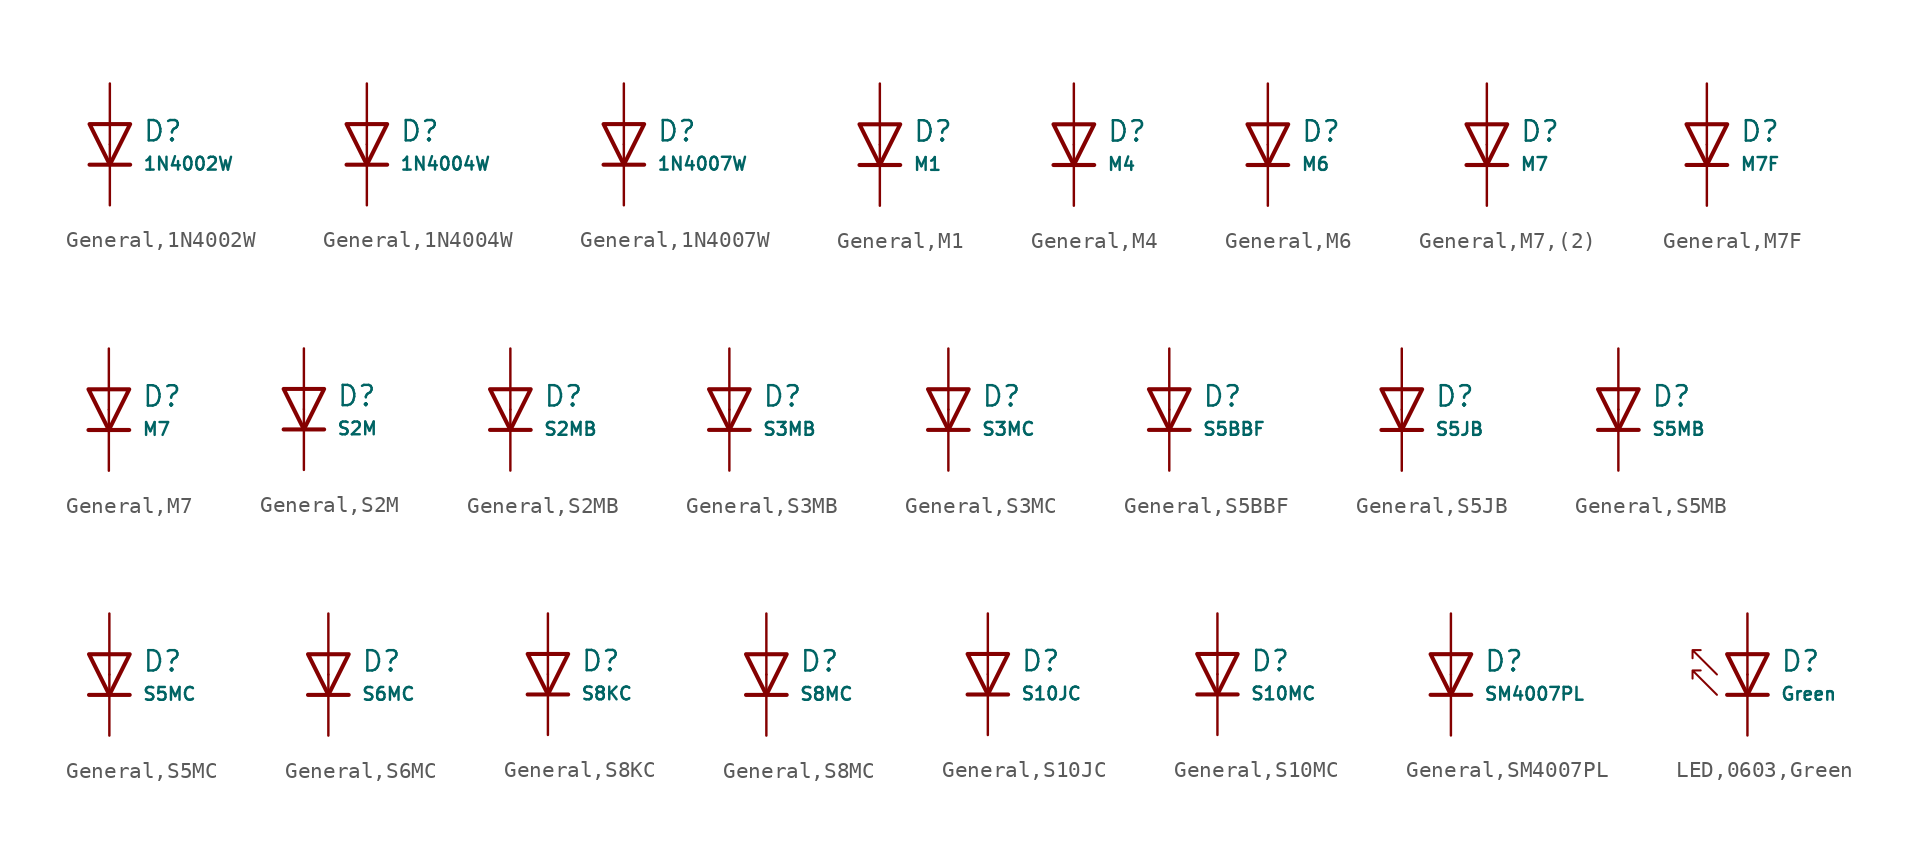
<source format=kicad_sym>
(kicad_symbol_lib
  (version 20231120)
  (generator "CDFER")
  (generator_version "8.0")
  (symbol "General,1N4002W"
    (pin_numbers hide)
    (pin_names
      (offset 0))
    (property "Reference" "D"
      (at 2.032 0.834 0)
      (effects (font (size 1.27 1.27)) (justify left)))
    (property "Value" "1N4002W"
      (at 2.032 -1.212 0)
      (effects (font (size 0.8 0.8)) (justify left)))
    (symbol "General,1N4002W_0_1"
      (polyline (pts (xy -1.27 1.27) (xy 0.00 -1.27) (xy 1.27 1.27) (xy -1.27 1.27)) (stroke (width 0.254) (type default)) (fill (type none))))
    (symbol "General,1N4002W_0_1"
      (polyline (pts (xy -1.27 -1.27) (xy 1.27 -1.27)) (stroke (width 0.254) (type default)) (fill (type none))))
    (symbol "General,1N4002W_1_1"
      (pin passive line (at 0 3.81 270) (length 3.81) (name "~" (effects (font (size 1.27 1.27)))) (number "2" (effects (font (size 1.27 1.27)))))
      (pin passive line (at 0 -3.81 90) (length 3.81) (name "~" (effects (font (size 1.27 1.27)))) (number "1" (effects (font (size 1.27 1.27)))))))
  (symbol "General,1N4004W"
    (pin_numbers hide)
    (pin_names
      (offset 0))
    (property "Reference" "D"
      (at 2.032 0.834 0)
      (effects (font (size 1.27 1.27)) (justify left)))
    (property "Value" "1N4004W"
      (at 2.032 -1.212 0)
      (effects (font (size 0.8 0.8)) (justify left)))
    (symbol "General,1N4004W_0_1"
      (polyline (pts (xy -1.27 1.27) (xy 0.00 -1.27) (xy 1.27 1.27) (xy -1.27 1.27)) (stroke (width 0.254) (type default)) (fill (type none))))
    (symbol "General,1N4004W_0_1"
      (polyline (pts (xy -1.27 -1.27) (xy 1.27 -1.27)) (stroke (width 0.254) (type default)) (fill (type none))))
    (symbol "General,1N4004W_1_1"
      (pin passive line (at 0 3.81 270) (length 3.81) (name "~" (effects (font (size 1.27 1.27)))) (number "2" (effects (font (size 1.27 1.27)))))
      (pin passive line (at 0 -3.81 90) (length 3.81) (name "~" (effects (font (size 1.27 1.27)))) (number "1" (effects (font (size 1.27 1.27)))))))
  (symbol "General,1N4007W"
    (pin_numbers hide)
    (pin_names
      (offset 0))
    (property "Reference" "D"
      (at 2.032 0.834 0)
      (effects (font (size 1.27 1.27)) (justify left)))
    (property "Value" "1N4007W"
      (at 2.032 -1.212 0)
      (effects (font (size 0.8 0.8)) (justify left)))
    (symbol "General,1N4007W_0_1"
      (polyline (pts (xy -1.27 1.27) (xy 0.00 -1.27) (xy 1.27 1.27) (xy -1.27 1.27)) (stroke (width 0.254) (type default)) (fill (type none))))
    (symbol "General,1N4007W_0_1"
      (polyline (pts (xy -1.27 -1.27) (xy 1.27 -1.27)) (stroke (width 0.254) (type default)) (fill (type none))))
    (symbol "General,1N4007W_1_1"
      (pin passive line (at 0 3.81 270) (length 3.81) (name "~" (effects (font (size 1.27 1.27)))) (number "2" (effects (font (size 1.27 1.27)))))
      (pin passive line (at 0 -3.81 90) (length 3.81) (name "~" (effects (font (size 1.27 1.27)))) (number "1" (effects (font (size 1.27 1.27)))))))
  (symbol "General,M1"
    (pin_numbers hide)
    (pin_names
      (offset 0))
    (property "Reference" "D"
      (at 2.032 0.834 0)
      (effects (font (size 1.27 1.27)) (justify left)))
    (property "Value" "M1"
      (at 2.032 -1.212 0)
      (effects (font (size 0.8 0.8)) (justify left)))
    (symbol "General,M1_0_1"
      (polyline (pts (xy -1.27 1.27) (xy 0.00 -1.27) (xy 1.27 1.27) (xy -1.27 1.27)) (stroke (width 0.254) (type default)) (fill (type none))))
    (symbol "General,M1_0_1"
      (polyline (pts (xy -1.27 -1.27) (xy 1.27 -1.27)) (stroke (width 0.254) (type default)) (fill (type none))))
    (symbol "General,M1_1_1"
      (pin passive line (at 0 3.81 270) (length 3.81) (name "~" (effects (font (size 1.27 1.27)))) (number "2" (effects (font (size 1.27 1.27)))))
      (pin passive line (at 0 -3.81 90) (length 3.81) (name "~" (effects (font (size 1.27 1.27)))) (number "1" (effects (font (size 1.27 1.27)))))))
  (symbol "General,M4"
    (pin_numbers hide)
    (pin_names
      (offset 0))
    (property "Reference" "D"
      (at 2.032 0.834 0)
      (effects (font (size 1.27 1.27)) (justify left)))
    (property "Value" "M4"
      (at 2.032 -1.212 0)
      (effects (font (size 0.8 0.8)) (justify left)))
    (symbol "General,M4_0_1"
      (polyline (pts (xy -1.27 1.27) (xy 0.00 -1.27) (xy 1.27 1.27) (xy -1.27 1.27)) (stroke (width 0.254) (type default)) (fill (type none))))
    (symbol "General,M4_0_1"
      (polyline (pts (xy -1.27 -1.27) (xy 1.27 -1.27)) (stroke (width 0.254) (type default)) (fill (type none))))
    (symbol "General,M4_1_1"
      (pin passive line (at 0 3.81 270) (length 3.81) (name "~" (effects (font (size 1.27 1.27)))) (number "2" (effects (font (size 1.27 1.27)))))
      (pin passive line (at 0 -3.81 90) (length 3.81) (name "~" (effects (font (size 1.27 1.27)))) (number "1" (effects (font (size 1.27 1.27)))))))
  (symbol "General,M6"
    (pin_numbers hide)
    (pin_names
      (offset 0))
    (property "Reference" "D"
      (at 2.032 0.834 0)
      (effects (font (size 1.27 1.27)) (justify left)))
    (property "Value" "M6"
      (at 2.032 -1.212 0)
      (effects (font (size 0.8 0.8)) (justify left)))
    (symbol "General,M6_0_1"
      (polyline (pts (xy -1.27 1.27) (xy 0.00 -1.27) (xy 1.27 1.27) (xy -1.27 1.27)) (stroke (width 0.254) (type default)) (fill (type none))))
    (symbol "General,M6_0_1"
      (polyline (pts (xy -1.27 -1.27) (xy 1.27 -1.27)) (stroke (width 0.254) (type default)) (fill (type none))))
    (symbol "General,M6_1_1"
      (pin passive line (at 0 3.81 270) (length 3.81) (name "~" (effects (font (size 1.27 1.27)))) (number "2" (effects (font (size 1.27 1.27)))))
      (pin passive line (at 0 -3.81 90) (length 3.81) (name "~" (effects (font (size 1.27 1.27)))) (number "1" (effects (font (size 1.27 1.27)))))))
  (symbol "General,M7,(2)"
    (pin_numbers hide)
    (pin_names
      (offset 0))
    (property "Reference" "D"
      (at 2.032 0.834 0)
      (effects (font (size 1.27 1.27)) (justify left)))
    (property "Value" "M7"
      (at 2.032 -1.212 0)
      (effects (font (size 0.8 0.8)) (justify left)))
    (symbol "General,M7,(2)_0_1"
      (polyline (pts (xy -1.27 1.27) (xy 0.00 -1.27) (xy 1.27 1.27) (xy -1.27 1.27)) (stroke (width 0.254) (type default)) (fill (type none))))
    (symbol "General,M7,(2)_0_1"
      (polyline (pts (xy -1.27 -1.27) (xy 1.27 -1.27)) (stroke (width 0.254) (type default)) (fill (type none))))
    (symbol "General,M7,(2)_1_1"
      (pin passive line (at 0 3.81 270) (length 3.81) (name "~" (effects (font (size 1.27 1.27)))) (number "2" (effects (font (size 1.27 1.27)))))
      (pin passive line (at 0 -3.81 90) (length 3.81) (name "~" (effects (font (size 1.27 1.27)))) (number "1" (effects (font (size 1.27 1.27)))))))
  (symbol "General,M7F"
    (pin_numbers hide)
    (pin_names
      (offset 0))
    (property "Reference" "D"
      (at 2.032 0.834 0)
      (effects (font (size 1.27 1.27)) (justify left)))
    (property "Value" "M7F"
      (at 2.032 -1.212 0)
      (effects (font (size 0.8 0.8)) (justify left)))
    (symbol "General,M7F_0_1"
      (polyline (pts (xy -1.27 1.27) (xy 0.00 -1.27) (xy 1.27 1.27) (xy -1.27 1.27)) (stroke (width 0.254) (type default)) (fill (type none))))
    (symbol "General,M7F_0_1"
      (polyline (pts (xy -1.27 -1.27) (xy 1.27 -1.27)) (stroke (width 0.254) (type default)) (fill (type none))))
    (symbol "General,M7F_1_1"
      (pin passive line (at 0 3.81 270) (length 3.81) (name "~" (effects (font (size 1.27 1.27)))) (number "2" (effects (font (size 1.27 1.27)))))
      (pin passive line (at 0 -3.81 90) (length 3.81) (name "~" (effects (font (size 1.27 1.27)))) (number "1" (effects (font (size 1.27 1.27)))))))
  (symbol "General,M7"
    (pin_numbers hide)
    (pin_names
      (offset 0))
    (property "Reference" "D"
      (at 2.032 0.834 0)
      (effects (font (size 1.27 1.27)) (justify left)))
    (property "Value" "M7"
      (at 2.032 -1.212 0)
      (effects (font (size 0.8 0.8)) (justify left)))
    (symbol "General,M7_0_1"
      (polyline (pts (xy -1.27 1.27) (xy 0.00 -1.27) (xy 1.27 1.27) (xy -1.27 1.27)) (stroke (width 0.254) (type default)) (fill (type none))))
    (symbol "General,M7_0_1"
      (polyline (pts (xy -1.27 -1.27) (xy 1.27 -1.27)) (stroke (width 0.254) (type default)) (fill (type none))))
    (symbol "General,M7_1_1"
      (pin passive line (at 0 3.81 270) (length 3.81) (name "~" (effects (font (size 1.27 1.27)))) (number "2" (effects (font (size 1.27 1.27)))))
      (pin passive line (at 0 -3.81 90) (length 3.81) (name "~" (effects (font (size 1.27 1.27)))) (number "1" (effects (font (size 1.27 1.27)))))))
  (symbol "General,S2M"
    (pin_numbers hide)
    (pin_names
      (offset 0))
    (property "Reference" "D"
      (at 2.032 0.834 0)
      (effects (font (size 1.27 1.27)) (justify left)))
    (property "Value" "S2M"
      (at 2.032 -1.212 0)
      (effects (font (size 0.8 0.8)) (justify left)))
    (symbol "General,S2M_0_1"
      (polyline (pts (xy -1.27 1.27) (xy 0.00 -1.27) (xy 1.27 1.27) (xy -1.27 1.27)) (stroke (width 0.254) (type default)) (fill (type none))))
    (symbol "General,S2M_0_1"
      (polyline (pts (xy -1.27 -1.27) (xy 1.27 -1.27)) (stroke (width 0.254) (type default)) (fill (type none))))
    (symbol "General,S2M_1_1"
      (pin passive line (at 0 3.81 270) (length 3.81) (name "~" (effects (font (size 1.27 1.27)))) (number "2" (effects (font (size 1.27 1.27)))))
      (pin passive line (at 0 -3.81 90) (length 3.81) (name "~" (effects (font (size 1.27 1.27)))) (number "1" (effects (font (size 1.27 1.27)))))))
  (symbol "General,S2MB"
    (pin_numbers hide)
    (pin_names
      (offset 0))
    (property "Reference" "D"
      (at 2.032 0.834 0)
      (effects (font (size 1.27 1.27)) (justify left)))
    (property "Value" "S2MB"
      (at 2.032 -1.212 0)
      (effects (font (size 0.8 0.8)) (justify left)))
    (symbol "General,S2MB_0_1"
      (polyline (pts (xy -1.27 1.27) (xy 0.00 -1.27) (xy 1.27 1.27) (xy -1.27 1.27)) (stroke (width 0.254) (type default)) (fill (type none))))
    (symbol "General,S2MB_0_1"
      (polyline (pts (xy -1.27 -1.27) (xy 1.27 -1.27)) (stroke (width 0.254) (type default)) (fill (type none))))
    (symbol "General,S2MB_1_1"
      (pin passive line (at 0 3.81 270) (length 3.81) (name "~" (effects (font (size 1.27 1.27)))) (number "2" (effects (font (size 1.27 1.27)))))
      (pin passive line (at 0 -3.81 90) (length 3.81) (name "~" (effects (font (size 1.27 1.27)))) (number "1" (effects (font (size 1.27 1.27)))))))
  (symbol "General,S3MB"
    (pin_numbers hide)
    (pin_names
      (offset 0))
    (property "Reference" "D"
      (at 2.032 0.834 0)
      (effects (font (size 1.27 1.27)) (justify left)))
    (property "Value" "S3MB"
      (at 2.032 -1.212 0)
      (effects (font (size 0.8 0.8)) (justify left)))
    (symbol "General,S3MB_0_1"
      (polyline (pts (xy -1.27 1.27) (xy 0.00 -1.27) (xy 1.27 1.27) (xy -1.27 1.27)) (stroke (width 0.254) (type default)) (fill (type none))))
    (symbol "General,S3MB_0_1"
      (polyline (pts (xy -1.27 -1.27) (xy 1.27 -1.27)) (stroke (width 0.254) (type default)) (fill (type none))))
    (symbol "General,S3MB_1_1"
      (pin passive line (at 0 3.81 270) (length 3.81) (name "~" (effects (font (size 1.27 1.27)))) (number "2" (effects (font (size 1.27 1.27)))))
      (pin passive line (at 0 -3.81 90) (length 3.81) (name "~" (effects (font (size 1.27 1.27)))) (number "1" (effects (font (size 1.27 1.27)))))))
  (symbol "General,S3MC"
    (pin_numbers hide)
    (pin_names
      (offset 0))
    (property "Reference" "D"
      (at 2.032 0.834 0)
      (effects (font (size 1.27 1.27)) (justify left)))
    (property "Value" "S3MC"
      (at 2.032 -1.212 0)
      (effects (font (size 0.8 0.8)) (justify left)))
    (symbol "General,S3MC_0_1"
      (polyline (pts (xy -1.27 1.27) (xy 0.00 -1.27) (xy 1.27 1.27) (xy -1.27 1.27)) (stroke (width 0.254) (type default)) (fill (type none))))
    (symbol "General,S3MC_0_1"
      (polyline (pts (xy -1.27 -1.27) (xy 1.27 -1.27)) (stroke (width 0.254) (type default)) (fill (type none))))
    (symbol "General,S3MC_1_1"
      (pin passive line (at 0 3.81 270) (length 3.81) (name "~" (effects (font (size 1.27 1.27)))) (number "2" (effects (font (size 1.27 1.27)))))
      (pin passive line (at 0 -3.81 90) (length 3.81) (name "~" (effects (font (size 1.27 1.27)))) (number "1" (effects (font (size 1.27 1.27)))))))
  (symbol "General,S5BBF"
    (pin_numbers hide)
    (pin_names
      (offset 0))
    (property "Reference" "D"
      (at 2.032 0.834 0)
      (effects (font (size 1.27 1.27)) (justify left)))
    (property "Value" "S5BBF"
      (at 2.032 -1.212 0)
      (effects (font (size 0.8 0.8)) (justify left)))
    (symbol "General,S5BBF_0_1"
      (polyline (pts (xy -1.27 1.27) (xy 0.00 -1.27) (xy 1.27 1.27) (xy -1.27 1.27)) (stroke (width 0.254) (type default)) (fill (type none))))
    (symbol "General,S5BBF_0_1"
      (polyline (pts (xy -1.27 -1.27) (xy 1.27 -1.27)) (stroke (width 0.254) (type default)) (fill (type none))))
    (symbol "General,S5BBF_1_1"
      (pin passive line (at 0 3.81 270) (length 3.81) (name "~" (effects (font (size 1.27 1.27)))) (number "2" (effects (font (size 1.27 1.27)))))
      (pin passive line (at 0 -3.81 90) (length 3.81) (name "~" (effects (font (size 1.27 1.27)))) (number "1" (effects (font (size 1.27 1.27)))))))
  (symbol "General,S5JB"
    (pin_numbers hide)
    (pin_names
      (offset 0))
    (property "Reference" "D"
      (at 2.032 0.834 0)
      (effects (font (size 1.27 1.27)) (justify left)))
    (property "Value" "S5JB"
      (at 2.032 -1.212 0)
      (effects (font (size 0.8 0.8)) (justify left)))
    (symbol "General,S5JB_0_1"
      (polyline (pts (xy -1.27 1.27) (xy 0.00 -1.27) (xy 1.27 1.27) (xy -1.27 1.27)) (stroke (width 0.254) (type default)) (fill (type none))))
    (symbol "General,S5JB_0_1"
      (polyline (pts (xy -1.27 -1.27) (xy 1.27 -1.27)) (stroke (width 0.254) (type default)) (fill (type none))))
    (symbol "General,S5JB_1_1"
      (pin passive line (at 0 3.81 270) (length 3.81) (name "~" (effects (font (size 1.27 1.27)))) (number "2" (effects (font (size 1.27 1.27)))))
      (pin passive line (at 0 -3.81 90) (length 3.81) (name "~" (effects (font (size 1.27 1.27)))) (number "1" (effects (font (size 1.27 1.27)))))))
  (symbol "General,S5MB"
    (pin_numbers hide)
    (pin_names
      (offset 0))
    (property "Reference" "D"
      (at 2.032 0.834 0)
      (effects (font (size 1.27 1.27)) (justify left)))
    (property "Value" "S5MB"
      (at 2.032 -1.212 0)
      (effects (font (size 0.8 0.8)) (justify left)))
    (symbol "General,S5MB_0_1"
      (polyline (pts (xy -1.27 1.27) (xy 0.00 -1.27) (xy 1.27 1.27) (xy -1.27 1.27)) (stroke (width 0.254) (type default)) (fill (type none))))
    (symbol "General,S5MB_0_1"
      (polyline (pts (xy -1.27 -1.27) (xy 1.27 -1.27)) (stroke (width 0.254) (type default)) (fill (type none))))
    (symbol "General,S5MB_1_1"
      (pin passive line (at 0 3.81 270) (length 3.81) (name "~" (effects (font (size 1.27 1.27)))) (number "2" (effects (font (size 1.27 1.27)))))
      (pin passive line (at 0 -3.81 90) (length 3.81) (name "~" (effects (font (size 1.27 1.27)))) (number "1" (effects (font (size 1.27 1.27)))))))
  (symbol "General,S5MC"
    (pin_numbers hide)
    (pin_names
      (offset 0))
    (property "Reference" "D"
      (at 2.032 0.834 0)
      (effects (font (size 1.27 1.27)) (justify left)))
    (property "Value" "S5MC"
      (at 2.032 -1.212 0)
      (effects (font (size 0.8 0.8)) (justify left)))
    (symbol "General,S5MC_0_1"
      (polyline (pts (xy -1.27 1.27) (xy 0.00 -1.27) (xy 1.27 1.27) (xy -1.27 1.27)) (stroke (width 0.254) (type default)) (fill (type none))))
    (symbol "General,S5MC_0_1"
      (polyline (pts (xy -1.27 -1.27) (xy 1.27 -1.27)) (stroke (width 0.254) (type default)) (fill (type none))))
    (symbol "General,S5MC_1_1"
      (pin passive line (at 0 3.81 270) (length 3.81) (name "~" (effects (font (size 1.27 1.27)))) (number "2" (effects (font (size 1.27 1.27)))))
      (pin passive line (at 0 -3.81 90) (length 3.81) (name "~" (effects (font (size 1.27 1.27)))) (number "1" (effects (font (size 1.27 1.27)))))))
  (symbol "General,S6MC"
    (pin_numbers hide)
    (pin_names
      (offset 0))
    (property "Reference" "D"
      (at 2.032 0.834 0)
      (effects (font (size 1.27 1.27)) (justify left)))
    (property "Value" "S6MC"
      (at 2.032 -1.212 0)
      (effects (font (size 0.8 0.8)) (justify left)))
    (symbol "General,S6MC_0_1"
      (polyline (pts (xy -1.27 1.27) (xy 0.00 -1.27) (xy 1.27 1.27) (xy -1.27 1.27)) (stroke (width 0.254) (type default)) (fill (type none))))
    (symbol "General,S6MC_0_1"
      (polyline (pts (xy -1.27 -1.27) (xy 1.27 -1.27)) (stroke (width 0.254) (type default)) (fill (type none))))
    (symbol "General,S6MC_1_1"
      (pin passive line (at 0 3.81 270) (length 3.81) (name "~" (effects (font (size 1.27 1.27)))) (number "2" (effects (font (size 1.27 1.27)))))
      (pin passive line (at 0 -3.81 90) (length 3.81) (name "~" (effects (font (size 1.27 1.27)))) (number "1" (effects (font (size 1.27 1.27)))))))
  (symbol "General,S8KC"
    (pin_numbers hide)
    (pin_names
      (offset 0))
    (property "Reference" "D"
      (at 2.032 0.834 0)
      (effects (font (size 1.27 1.27)) (justify left)))
    (property "Value" "S8KC"
      (at 2.032 -1.212 0)
      (effects (font (size 0.8 0.8)) (justify left)))
    (symbol "General,S8KC_0_1"
      (polyline (pts (xy -1.27 1.27) (xy 0.00 -1.27) (xy 1.27 1.27) (xy -1.27 1.27)) (stroke (width 0.254) (type default)) (fill (type none))))
    (symbol "General,S8KC_0_1"
      (polyline (pts (xy -1.27 -1.27) (xy 1.27 -1.27)) (stroke (width 0.254) (type default)) (fill (type none))))
    (symbol "General,S8KC_1_1"
      (pin passive line (at 0 3.81 270) (length 3.81) (name "~" (effects (font (size 1.27 1.27)))) (number "2" (effects (font (size 1.27 1.27)))))
      (pin passive line (at 0 -3.81 90) (length 3.81) (name "~" (effects (font (size 1.27 1.27)))) (number "1" (effects (font (size 1.27 1.27)))))))
  (symbol "General,S8MC"
    (pin_numbers hide)
    (pin_names
      (offset 0))
    (property "Reference" "D"
      (at 2.032 0.834 0)
      (effects (font (size 1.27 1.27)) (justify left)))
    (property "Value" "S8MC"
      (at 2.032 -1.212 0)
      (effects (font (size 0.8 0.8)) (justify left)))
    (symbol "General,S8MC_0_1"
      (polyline (pts (xy -1.27 1.27) (xy 0.00 -1.27) (xy 1.27 1.27) (xy -1.27 1.27)) (stroke (width 0.254) (type default)) (fill (type none))))
    (symbol "General,S8MC_0_1"
      (polyline (pts (xy -1.27 -1.27) (xy 1.27 -1.27)) (stroke (width 0.254) (type default)) (fill (type none))))
    (symbol "General,S8MC_1_1"
      (pin passive line (at 0 3.81 270) (length 3.81) (name "~" (effects (font (size 1.27 1.27)))) (number "2" (effects (font (size 1.27 1.27)))))
      (pin passive line (at 0 -3.81 90) (length 3.81) (name "~" (effects (font (size 1.27 1.27)))) (number "1" (effects (font (size 1.27 1.27)))))))
  (symbol "General,S10JC"
    (pin_numbers hide)
    (pin_names
      (offset 0))
    (property "Reference" "D"
      (at 2.032 0.834 0)
      (effects (font (size 1.27 1.27)) (justify left)))
    (property "Value" "S10JC"
      (at 2.032 -1.212 0)
      (effects (font (size 0.8 0.8)) (justify left)))
    (symbol "General,S10JC_0_1"
      (polyline (pts (xy -1.27 1.27) (xy 0.00 -1.27) (xy 1.27 1.27) (xy -1.27 1.27)) (stroke (width 0.254) (type default)) (fill (type none))))
    (symbol "General,S10JC_0_1"
      (polyline (pts (xy -1.27 -1.27) (xy 1.27 -1.27)) (stroke (width 0.254) (type default)) (fill (type none))))
    (symbol "General,S10JC_1_1"
      (pin passive line (at 0 3.81 270) (length 3.81) (name "~" (effects (font (size 1.27 1.27)))) (number "2" (effects (font (size 1.27 1.27)))))
      (pin passive line (at 0 -3.81 90) (length 3.81) (name "~" (effects (font (size 1.27 1.27)))) (number "1" (effects (font (size 1.27 1.27)))))))
  (symbol "General,S10MC"
    (pin_numbers hide)
    (pin_names
      (offset 0))
    (property "Reference" "D"
      (at 2.032 0.834 0)
      (effects (font (size 1.27 1.27)) (justify left)))
    (property "Value" "S10MC"
      (at 2.032 -1.212 0)
      (effects (font (size 0.8 0.8)) (justify left)))
    (symbol "General,S10MC_0_1"
      (polyline (pts (xy -1.27 1.27) (xy 0.00 -1.27) (xy 1.27 1.27) (xy -1.27 1.27)) (stroke (width 0.254) (type default)) (fill (type none))))
    (symbol "General,S10MC_0_1"
      (polyline (pts (xy -1.27 -1.27) (xy 1.27 -1.27)) (stroke (width 0.254) (type default)) (fill (type none))))
    (symbol "General,S10MC_1_1"
      (pin passive line (at 0 3.81 270) (length 3.81) (name "~" (effects (font (size 1.27 1.27)))) (number "2" (effects (font (size 1.27 1.27)))))
      (pin passive line (at 0 -3.81 90) (length 3.81) (name "~" (effects (font (size 1.27 1.27)))) (number "1" (effects (font (size 1.27 1.27)))))))
  (symbol "General,SM4007PL"
    (pin_numbers hide)
    (pin_names
      (offset 0))
    (property "Reference" "D"
      (at 2.032 0.834 0)
      (effects (font (size 1.27 1.27)) (justify left)))
    (property "Value" "SM4007PL"
      (at 2.032 -1.212 0)
      (effects (font (size 0.8 0.8)) (justify left)))
    (symbol "General,SM4007PL_0_1"
      (polyline (pts (xy -1.27 1.27) (xy 0.00 -1.27) (xy 1.27 1.27) (xy -1.27 1.27)) (stroke (width 0.254) (type default)) (fill (type none))))
    (symbol "General,SM4007PL_0_1"
      (polyline (pts (xy -1.27 -1.27) (xy 1.27 -1.27)) (stroke (width 0.254) (type default)) (fill (type none))))
    (symbol "General,SM4007PL_1_1"
      (pin passive line (at 0 3.81 270) (length 3.81) (name "~" (effects (font (size 1.27 1.27)))) (number "2" (effects (font (size 1.27 1.27)))))
      (pin passive line (at 0 -3.81 90) (length 3.81) (name "~" (effects (font (size 1.27 1.27)))) (number "1" (effects (font (size 1.27 1.27)))))))
  (symbol "LED,0603,Green"
    (pin_numbers hide)
    (pin_names
      (offset 0))
    (property "Reference" "D"
      (at 2.032 0.834 0)
      (effects (font (size 1.27 1.27)) (justify left)))
    (property "Value" "Green"
      (at 2.032 -1.212 0)
      (effects (font (size 0.8 0.8)) (justify left)))
    (symbol "LED,0603,Green_0_1"
      (polyline (pts (xy -1.27 1.27) (xy 0.00 -1.27) (xy 1.27 1.27) (xy -1.27 1.27)) (stroke (width 0.254) (type default)) (fill (type none))))
    (symbol "LED,0603,Green_0_1"
      (polyline (pts (xy -1.27 -1.27) (xy 1.27 -1.27)) (stroke (width 0.254) (type default)) (fill (type none))))
    (symbol "LED,0603,Green_0_1"
      (polyline (pts (xy -1.905 -1.27) (xy -3.429 0.254) (xy -3.429 -0.254) (xy -3.429 0.254) (xy -2.921 0.254)) (stroke (width 0.127) (type default)) (fill (type none))))
    (symbol "LED,0603,Green_0_1"
      (polyline (pts (xy -1.905 0) (xy -3.429 1.524) (xy -3.429 1.016) (xy -3.429 1.524) (xy -2.921 1.524)) (stroke (width 0.127) (type default)) (fill (type none))))
    (symbol "LED,0603,Green_1_1"
      (pin passive line (at 0 3.81 270) (length 3.81) (name "~" (effects (font (size 1.27 1.27)))) (number "2" (effects (font (size 1.27 1.27)))))
      (pin passive line (at 0 -3.81 90) (length 3.81) (name "~" (effects (font (size 1.27 1.27)))) (number "1" (effects (font (size 1.27 1.27))))))))
</source>
